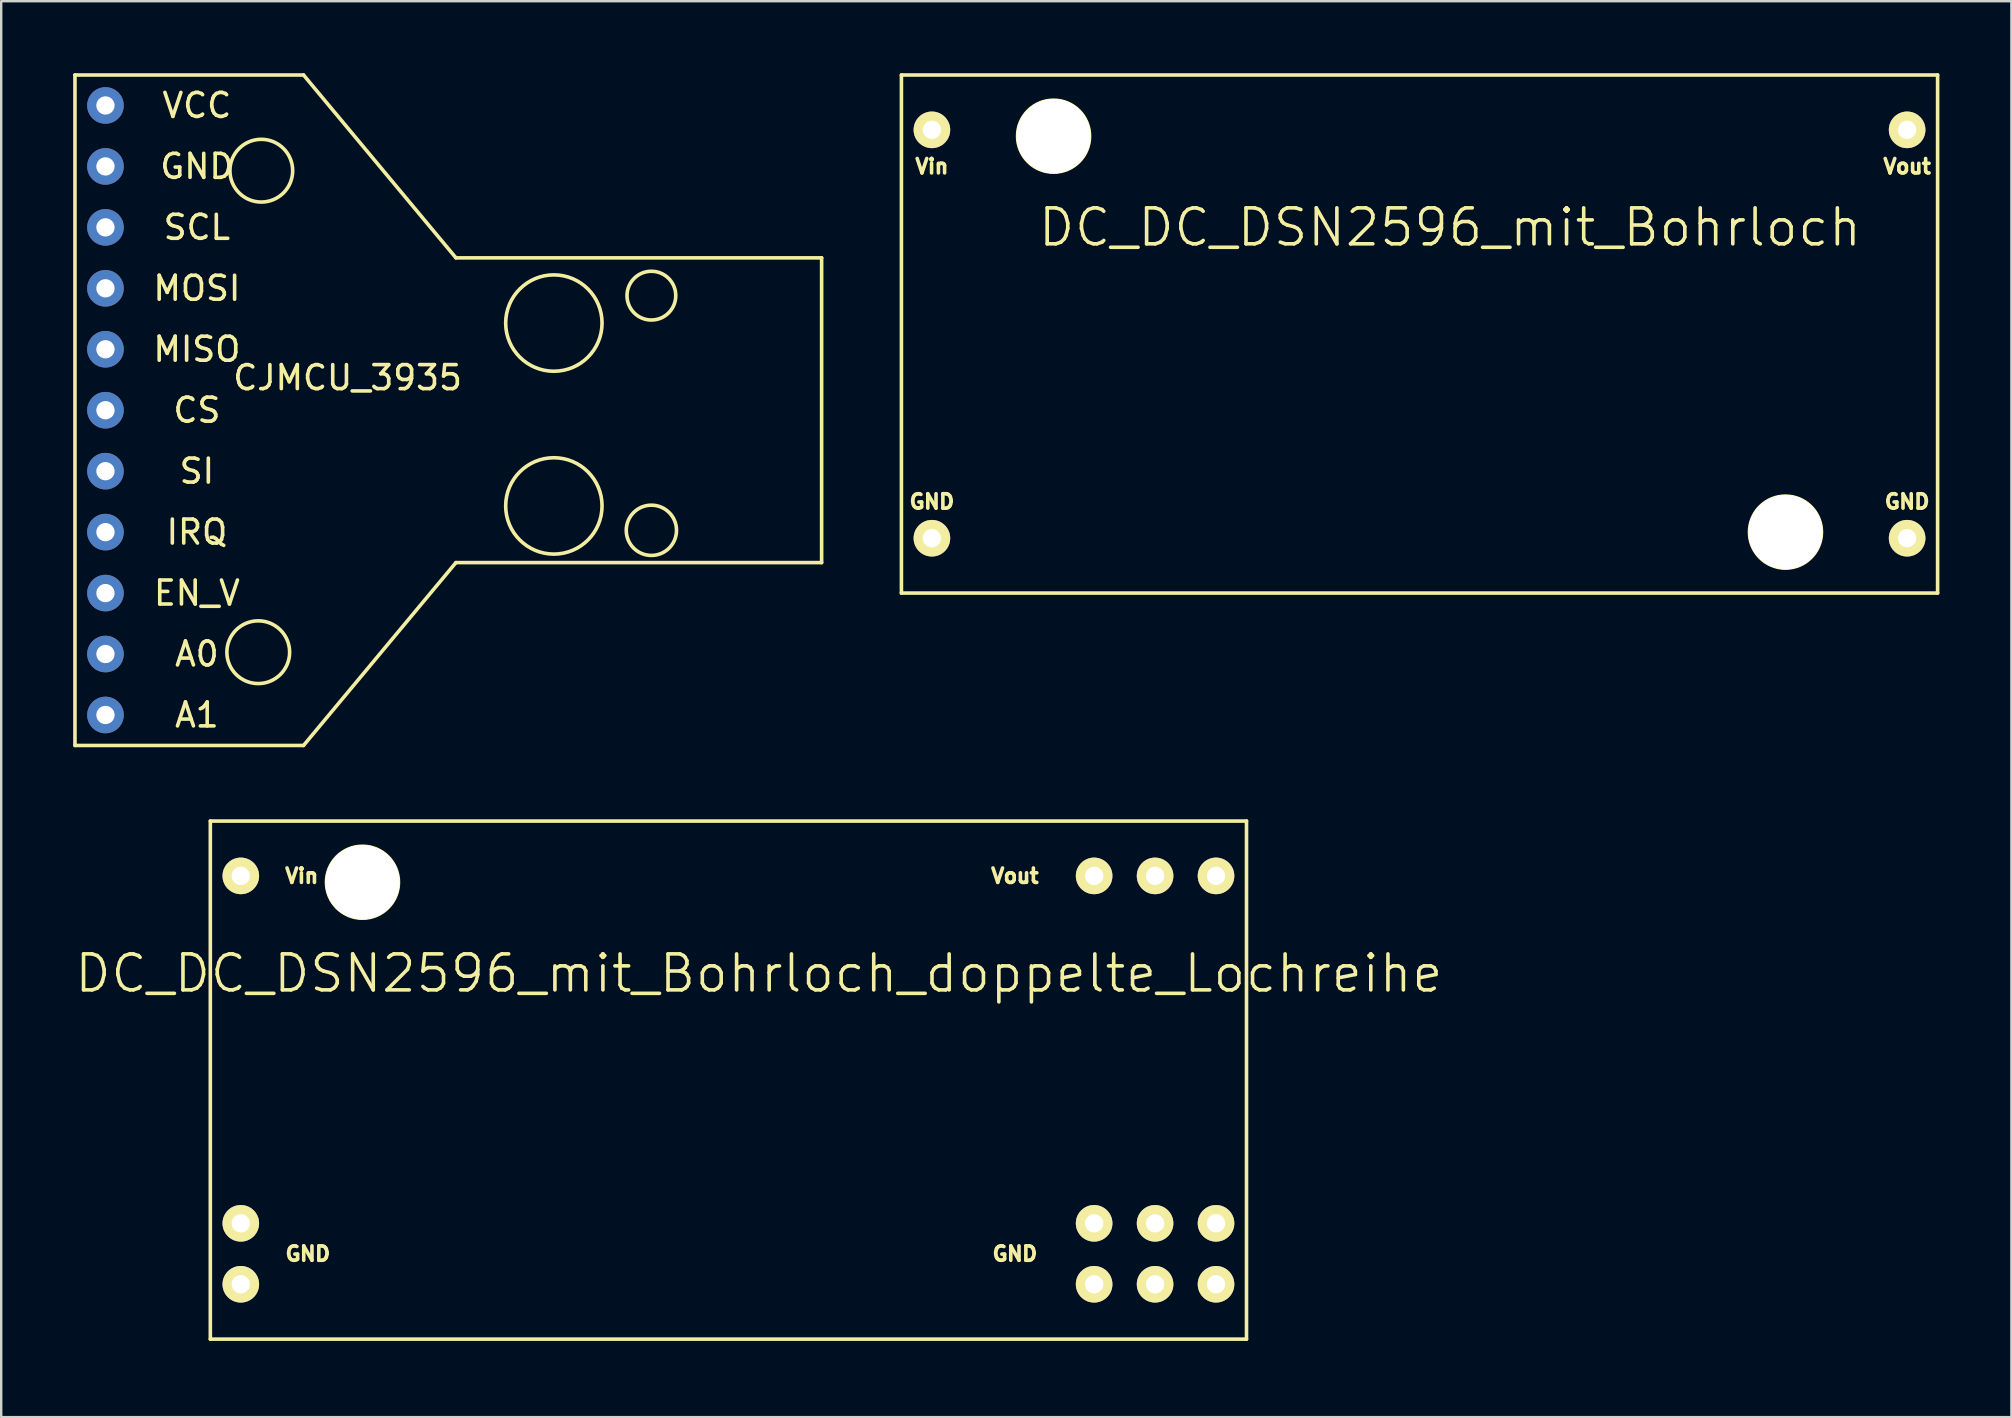
<source format=kicad_pcb>
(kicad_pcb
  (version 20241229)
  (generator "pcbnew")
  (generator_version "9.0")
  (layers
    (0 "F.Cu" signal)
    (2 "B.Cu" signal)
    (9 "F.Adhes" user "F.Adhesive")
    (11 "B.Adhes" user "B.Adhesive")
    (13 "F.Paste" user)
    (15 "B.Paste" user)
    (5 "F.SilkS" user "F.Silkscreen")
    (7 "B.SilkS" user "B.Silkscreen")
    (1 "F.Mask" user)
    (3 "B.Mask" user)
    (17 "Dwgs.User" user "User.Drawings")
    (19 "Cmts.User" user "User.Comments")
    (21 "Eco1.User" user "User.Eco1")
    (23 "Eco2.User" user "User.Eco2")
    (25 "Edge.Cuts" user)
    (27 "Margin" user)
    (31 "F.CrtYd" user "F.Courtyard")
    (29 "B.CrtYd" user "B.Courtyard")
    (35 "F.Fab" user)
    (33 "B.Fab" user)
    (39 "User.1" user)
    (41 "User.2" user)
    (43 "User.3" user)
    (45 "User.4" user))
  (footprint "CJMCU_3935"
    (layer "F.Cu")
    (at 10.171 6.679)
    (property "Reference" "CJMCU_3935" (at 1.264 6.011 0) (unlocked yes) (layer "F.SilkS") (effects (font (size 1 1) (thickness 0.15))))
    (attr through_hole)
    (fp_line (start -10.097 -6.604) (end -10.097 21.336) (stroke (width 0.15) (type solid)) (layer "F.SilkS"))
    (fp_line (start -10.097 -6.604) (end -0.572 -6.604) (stroke (width 0.15) (type solid)) (layer "F.SilkS"))
    (fp_line (start -10.097 21.336) (end -0.572 21.336) (stroke (width 0.15) (type solid)) (layer "F.SilkS"))
    (fp_line (start -0.572 21.336) (end 5.779 13.716) (stroke (width 0.15) (type solid)) (layer "F.SilkS"))
    (fp_line (start 5.779 1.016) (end -0.572 -6.604) (stroke (width 0.15) (type solid)) (layer "F.SilkS"))
    (fp_line (start 21.018 1.016) (end 5.779 1.016) (stroke (width 0.15) (type solid)) (layer "F.SilkS"))
    (fp_line (start 21.018 1.016) (end 21.018 13.716) (stroke (width 0.15) (type solid)) (layer "F.SilkS"))
    (fp_line (start 21.018 13.716) (end 5.779 13.716) (stroke (width 0.15) (type solid)) (layer "F.SilkS"))
    (fp_circle (center -2.459 17.45) (end -3.602 16.815) (stroke (width 0.15) (type solid)) (fill no) (layer "F.SilkS"))
    (fp_circle (center -2.332 -2.616) (end -3.475 -1.981) (stroke (width 0.15) (type solid)) (fill no) (layer "F.SilkS"))
    (fp_circle (center 9.86 3.734) (end 7.955 4.369) (stroke (width 0.15) (type solid)) (fill no) (layer "F.SilkS"))
    (fp_circle (center 9.86 11.354) (end 7.955 10.719) (stroke (width 0.15) (type solid)) (fill no) (layer "F.SilkS"))
    (fp_circle (center 13.924 2.591) (end 12.908 2.591) (stroke (width 0.15) (type solid)) (fill no) (layer "F.SilkS"))
    (fp_circle (center 13.924 12.37) (end 12.908 12.624) (stroke (width 0.15) (type solid)) (fill no) (layer "F.SilkS"))
    (fp_text user "CS" (at -5.016 7.366 0) (unlocked yes) (layer "F.SilkS") (effects (font (size 1 1) (thickness 0.15))))
    (fp_text user "A1" (at -5.016 20.066 0) (unlocked yes) (layer "F.SilkS") (effects (font (size 1 1) (thickness 0.15))))
    (fp_text user "GND" (at -5.016 -2.794 0) (unlocked yes) (layer "F.SilkS") (effects (font (size 1 1) (thickness 0.15))))
    (fp_text user "VCC" (at -5.016 -5.334 0) (unlocked yes) (layer "F.SilkS") (effects (font (size 1 1) (thickness 0.15))))
    (fp_text user "SI" (at -5.016 9.906 0) (unlocked yes) (layer "F.SilkS") (effects (font (size 1 1) (thickness 0.15))))
    (fp_text user "EN_V" (at -5.016 14.986 0) (unlocked yes) (layer "F.SilkS") (effects (font (size 1 1) (thickness 0.15))))
    (fp_text user "MOSI" (at -5.016 2.286 0) (unlocked yes) (layer "F.SilkS") (effects (font (size 1 1) (thickness 0.15))))
    (fp_text user "IRQ" (at -5.016 12.446 0) (unlocked yes) (layer "F.SilkS") (effects (font (size 1 1) (thickness 0.15))))
    (fp_text user "SCL" (at -5.016 -0.254 0) (unlocked yes) (layer "F.SilkS") (effects (font (size 1 1) (thickness 0.15))))
    (fp_text user "MISO" (at -5.016 4.826 0) (unlocked yes) (layer "F.SilkS") (effects (font (size 1 1) (thickness 0.15))))
    (fp_text user "A0" (at -5.016 17.526 0) (unlocked yes) (layer "F.SilkS") (effects (font (size 1 1) (thickness 0.15))))
    (pad "1" thru_hole circle (at -8.826 -5.334) (size 1.524 1.524) (drill 0.762) (layers "*.Cu" "*.Mask"))
    (pad "2" thru_hole circle (at -8.826 -2.794) (size 1.524 1.524) (drill 0.762) (layers "*.Cu" "*.Mask"))
    (pad "3" thru_hole circle (at -8.826 -0.254) (size 1.524 1.524) (drill 0.762) (layers "*.Cu" "*.Mask"))
    (pad "4" thru_hole circle (at -8.826 2.286) (size 1.524 1.524) (drill 0.762) (layers "*.Cu" "*.Mask"))
    (pad "5" thru_hole circle (at -8.826 4.826) (size 1.524 1.524) (drill 0.762) (layers "*.Cu" "*.Mask"))
    (pad "6" thru_hole circle (at -8.826 7.366) (size 1.524 1.524) (drill 0.762) (layers "*.Cu" "*.Mask"))
    (pad "7" thru_hole circle (at -8.826 9.906) (size 1.524 1.524) (drill 0.762) (layers "*.Cu" "*.Mask"))
    (pad "8" thru_hole circle (at -8.826 12.446) (size 1.524 1.524) (drill 0.762) (layers "*.Cu" "*.Mask"))
    (pad "9" thru_hole circle (at -8.826 14.986) (size 1.524 1.524) (drill 0.762) (layers "*.Cu" "*.Mask"))
    (pad "10" thru_hole circle (at -8.826 17.526) (size 1.524 1.524) (drill 0.762) (layers "*.Cu" "*.Mask"))
    (pad "11" thru_hole circle (at -8.826 20.066) (size 1.524 1.524) (drill 0.762) (layers "*.Cu" "*.Mask")))
  (footprint "DC_DC_DSN2596_mit_Bohrloch"
    (layer "F.Cu")
    (at 34.515 21.665)
    (property "Reference" "DC_DC_DSN2596_mit_Bohrloch" (at 22.86 -15.24 0) (layer "F.SilkS") (effects (font (size 1.5 1.5) (thickness 0.15))))
    (attr through_hole)
    (fp_line (start 0 -21.59) (end 43.18 -21.59) (stroke (width 0.15) (type solid)) (layer "F.SilkS"))
    (fp_line (start 0 0) (end 0 -21.59) (stroke (width 0.15) (type solid)) (layer "F.SilkS"))
    (fp_line (start 43.18 -21.59) (end 43.18 0) (stroke (width 0.15) (type solid)) (layer "F.SilkS"))
    (fp_line (start 43.18 0) (end 0 0) (stroke (width 0.15) (type solid)) (layer "F.SilkS"))
    (fp_circle (center 6.34 -19.04) (end 4.84 -19.04) (stroke (width 0.15) (type solid)) (fill no) (layer "F.SilkS"))
    (fp_circle (center 36.84 -2.54) (end 35.34 -2.54) (stroke (width 0.15) (type solid)) (fill no) (layer "F.SilkS"))
    (fp_text user "GND" (at 1.27 -3.81 0) (layer "F.SilkS") (effects (font (size 0.6 0.6) (thickness 0.15))))
    (fp_text user "GND" (at 41.91 -3.81 0) (layer "F.SilkS") (effects (font (size 0.6 0.6) (thickness 0.15))))
    (fp_text user "Vin" (at 1.27 -17.78 0) (layer "F.SilkS") (effects (font (size 0.6 0.6) (thickness 0.15))))
    (fp_text user "Vout" (at 41.91 -17.78 0) (layer "F.SilkS") (effects (font (size 0.6 0.6) (thickness 0.15))))
    (pad "1" thru_hole circle (at 41.91 -2.286) (size 1.524 1.524) (drill 0.762) (layers "*.Cu" "*.Mask" "F.SilkS"))
    (pad "2" thru_hole circle (at 41.91 -19.304) (size 1.524 1.524) (drill 0.762) (layers "*.Cu" "*.Mask" "F.SilkS"))
    (pad "3" thru_hole circle (at 1.27 -19.304) (size 1.524 1.524) (drill 0.762) (layers "*.Cu" "*.Mask" "F.SilkS"))
    (pad "4" thru_hole circle (at 1.27 -2.286) (size 1.524 1.524) (drill 0.762) (layers "*.Cu" "*.Mask" "F.SilkS"))
    (pad "~" thru_hole circle (at 6.34 -19.04) (size 3.1 3.1) (drill 3.1) (layers "*.Cu" "*.Mask" "F.SilkS"))
    (pad "~" thru_hole circle (at 36.84 -2.54) (size 3.1 3.1) (drill 3.1) (layers "*.Cu" "*.Mask" "F.SilkS")))
  (footprint "DC_DC_DSN2596_mit_Bohrloch_doppelte_Lochreihe"
    (layer "F.Cu")
    (at 5.715 52.755)
    (property "Reference" "DC_DC_DSN2596_mit_Bohrloch_doppelte_Lochreihe" (at 22.86 -15.24 0) (layer "F.SilkS") (effects (font (size 1.5 1.5) (thickness 0.15))))
    (attr through_hole)
    (fp_line (start 0 -21.59) (end 43.18 -21.59) (stroke (width 0.15) (type solid)) (layer "F.SilkS"))
    (fp_line (start 0 0) (end 0 -21.59) (stroke (width 0.15) (type solid)) (layer "F.SilkS"))
    (fp_line (start 43.18 -21.59) (end 43.18 0) (stroke (width 0.15) (type solid)) (layer "F.SilkS"))
    (fp_line (start 43.18 0) (end 0 0) (stroke (width 0.15) (type solid)) (layer "F.SilkS"))
    (fp_circle (center 6.34 -19.04) (end 4.84 -19.04) (stroke (width 0.15) (type solid)) (fill no) (layer "F.SilkS"))
    (fp_text user "GND" (at 4.064 -3.556 0) (layer "F.SilkS") (effects (font (size 0.6 0.6) (thickness 0.15))))
    (fp_text user "Vin" (at 3.81 -19.304 0) (layer "F.SilkS") (effects (font (size 0.6 0.6) (thickness 0.15))))
    (fp_text user "Vout" (at 33.528 -19.304 0) (layer "F.SilkS") (effects (font (size 0.6 0.6) (thickness 0.15))))
    (fp_text user "GND" (at 33.528 -3.556 0) (layer "F.SilkS") (effects (font (size 0.6 0.6) (thickness 0.15))))
    (pad "1" thru_hole circle (at 36.83 -4.826) (size 1.524 1.524) (drill 0.762) (layers "*.Cu" "*.Mask" "F.SilkS"))
    (pad "1" thru_hole circle (at 36.83 -2.286) (size 1.524 1.524) (drill 0.762) (layers "*.Cu" "*.Mask" "F.SilkS"))
    (pad "1" thru_hole circle (at 39.37 -4.826) (size 1.524 1.524) (drill 0.762) (layers "*.Cu" "*.Mask" "F.SilkS"))
    (pad "1" thru_hole circle (at 39.37 -2.286) (size 1.524 1.524) (drill 0.762) (layers "*.Cu" "*.Mask" "F.SilkS"))
    (pad "1" thru_hole circle (at 41.91 -4.826) (size 1.524 1.524) (drill 0.762) (layers "*.Cu" "*.Mask" "F.SilkS"))
    (pad "1" thru_hole circle (at 41.91 -2.286) (size 1.524 1.524) (drill 0.762) (layers "*.Cu" "*.Mask" "F.SilkS"))
    (pad "2" thru_hole circle (at 36.83 -19.304) (size 1.524 1.524) (drill 0.762) (layers "*.Cu" "*.Mask" "F.SilkS"))
    (pad "2" thru_hole circle (at 39.37 -19.304) (size 1.524 1.524) (drill 0.762) (layers "*.Cu" "*.Mask" "F.SilkS"))
    (pad "2" thru_hole circle (at 41.91 -19.304) (size 1.524 1.524) (drill 0.762) (layers "*.Cu" "*.Mask" "F.SilkS"))
    (pad "3" thru_hole circle (at 1.27 -19.304) (size 1.524 1.524) (drill 0.762) (layers "*.Cu" "*.Mask" "F.SilkS"))
    (pad "4" thru_hole circle (at 1.27 -4.826) (size 1.524 1.524) (drill 0.762) (layers "*.Cu" "*.Mask" "F.SilkS"))
    (pad "4" thru_hole circle (at 1.27 -2.286) (size 1.524 1.524) (drill 0.762) (layers "*.Cu" "*.Mask" "F.SilkS"))
    (pad "~" thru_hole circle (at 6.34 -19.04) (size 3.1 3.1) (drill 3.1) (layers "*.Cu" "*.Mask" "F.SilkS")))
  (gr_rect
    (start -3 -3)
    (end 80.77 56.005)
    (stroke (width 0.1) (type default))
    (fill no)
    (layer "Edge.Cuts")))
</source>
